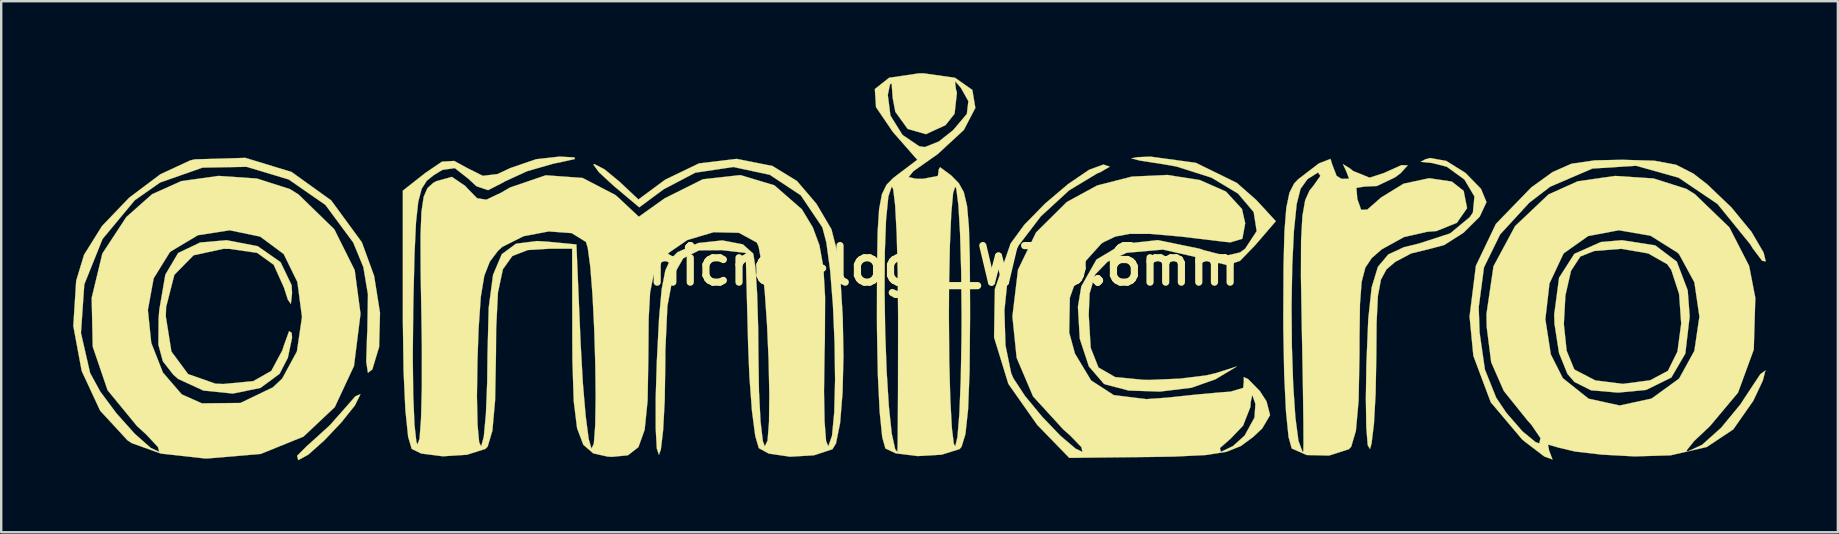
<source format=kicad_pcb>
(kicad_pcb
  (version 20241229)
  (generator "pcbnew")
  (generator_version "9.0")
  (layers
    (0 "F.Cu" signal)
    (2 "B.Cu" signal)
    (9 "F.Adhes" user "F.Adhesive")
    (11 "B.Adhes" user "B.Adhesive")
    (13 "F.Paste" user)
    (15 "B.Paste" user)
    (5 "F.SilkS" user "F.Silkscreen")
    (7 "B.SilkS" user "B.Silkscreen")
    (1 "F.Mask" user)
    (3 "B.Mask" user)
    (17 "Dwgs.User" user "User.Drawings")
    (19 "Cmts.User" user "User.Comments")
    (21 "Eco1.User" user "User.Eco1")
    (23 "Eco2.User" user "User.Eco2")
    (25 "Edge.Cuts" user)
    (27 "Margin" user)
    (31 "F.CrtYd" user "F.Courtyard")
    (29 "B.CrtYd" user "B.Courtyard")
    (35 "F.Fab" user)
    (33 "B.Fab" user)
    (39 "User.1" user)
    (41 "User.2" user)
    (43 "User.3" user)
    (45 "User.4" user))
  (footprint "omicro-logo_W70.6mm"
    (layer "F.Cu")
    (at 35.256 8.018)
    (property "Reference" "omicro-logo_W70.6mm" (at 0 0 0) (layer "F.SilkS") (effects (font (size 1.524 1.524) (thickness 0.3))))
    (attr through_hole)
    (fp_poly (pts (xy 32.002 7.753) (xy 32 7.746) (xy 32.035 7.738) (xy 32.002 7.753)) (stroke (width 0.01) (type solid)) (fill yes) (layer "F.SilkS"))
    (fp_poly (pts (xy 33.42 6.751) (xy 34.217 5.783) (xy 34.538 5.292) (xy 35.047 4.525) (xy 35.259 4.37) (xy 35.152 4.788) (xy 34.754 5.634) (xy 33.921 6.823) (xy 32.817 7.558) (xy 32.035 7.738) (xy 32.622 7.467) (xy 33.42 6.751)) (stroke (width 0.01) (type solid)) (fill yes) (layer "F.SilkS"))
    (fp_poly (pts (xy -23.291 5.368) (xy -23.517 5.826) (xy -24.082 6.533) (xy -24.794 7.285) (xy -25.459 7.877) (xy -25.878 8.106) (xy -25.925 7.924) (xy -25.494 7.493) (xy -25.439 7.45) (xy -24.558 6.649) (xy -23.947 5.958) (xy -23.497 5.446) (xy -23.292 5.357) (xy -23.291 5.368)) (stroke (width 0.01) (type solid)) (fill yes) (layer "F.SilkS"))
    (fp_poly (pts (xy 21.964 -4.36) (xy 22.761 -3.862) (xy 23.407 -3.2) (xy 23.636 -2.646) (xy 23.354 -2.039) (xy 22.682 -1.372) (xy 21.876 -0.859) (xy 21.311 -0.706) (xy 20.496 -0.507) (xy 19.834 -0.156) (xy 19.469 0.157) (xy 19.239 0.582) (xy 19.111 1.272) (xy 19.057 2.379) (xy 19.045 3.812) (xy 19.017 5.327) (xy 18.947 6.589) (xy 18.846 7.424) (xy 18.78 7.641) (xy 18.687 7.481) (xy 18.628 6.738) (xy 18.61 5.534) (xy 18.632 4.113) (xy 18.71 2.218) (xy 18.852 0.906) (xy 19.111 0.052) (xy 19.542 -0.464) (xy 20.197 -0.768) (xy 20.814 -0.918) (xy 22.121 -1.342) (xy 22.939 -2.02) (xy 23.069 -2.208) (xy 23.135 -2.88) (xy 22.716 -3.588) (xy 21.983 -4.12) (xy 21.377 -4.274) (xy 20.894 -4.326) (xy 21.091 -4.43) (xy 21.286 -4.483) (xy 21.964 -4.36)) (stroke (width 0.01) (type solid)) (fill yes) (layer "F.SilkS"))
    (fp_poly (pts (xy 30.669 -0.843) (xy 31.567 -0.164) (xy 32.022 1.032) (xy 32.103 2.117) (xy 31.922 3.665) (xy 31.339 4.664) (xy 30.288 5.18) (xy 29.124 5.292) (xy 27.996 5.196) (xy 27.301 4.848) (xy 27.008 4.508) (xy 26.659 3.642) (xy 26.472 2.438) (xy 26.86 2.438) (xy 26.976 3.544) (xy 27.284 4.299) (xy 27.327 4.346) (xy 28.17 4.783) (xy 29.321 4.928) (xy 30.454 4.779) (xy 31.196 4.385) (xy 31.594 3.582) (xy 31.75 2.416) (xy 31.663 1.183) (xy 31.337 0.181) (xy 31.166 -0.06) (xy 30.377 -0.507) (xy 29.253 -0.7) (xy 28.128 -0.61) (xy 27.548 -0.38) (xy 27.159 0.216) (xy 26.925 1.242) (xy 26.86 2.438) (xy 26.472 2.438) (xy 26.471 2.434) (xy 26.458 2.038) (xy 26.662 0.502) (xy 27.298 -0.491) (xy 28.405 -0.984) (xy 29.281 -1.058) (xy 30.669 -0.843)) (stroke (width 0.01) (type solid)) (fill yes) (layer "F.SilkS"))
    (fp_poly (pts (xy -27.567 -0.809) (xy -26.614 -0.143) (xy -26.154 0.815) (xy -26.136 1.147) (xy -26.185 1.594) (xy -26.31 1.422) (xy -26.474 0.912) (xy -26.902 -0.036) (xy -27.59 -0.531) (xy -28.73 -0.696) (xy -28.996 -0.7) (xy -30.241 -0.43) (xy -31.041 0.384) (xy -31.384 1.726) (xy -31.397 2.117) (xy -31.163 3.581) (xy -30.469 4.52) (xy -29.328 4.92) (xy -28.996 4.933) (xy -27.755 4.815) (xy -27.001 4.388) (xy -26.54 3.53) (xy -26.474 3.321) (xy -26.258 2.728) (xy -26.152 2.804) (xy -26.136 3.008) (xy -26.311 3.84) (xy -26.655 4.508) (xy -27.453 5.097) (xy -28.599 5.331) (xy -29.829 5.207) (xy -30.88 4.724) (xy -31.085 4.546) (xy -31.521 3.983) (xy -31.707 3.29) (xy -31.697 2.215) (xy -31.669 1.847) (xy -31.416 0.375) (xy -30.883 -0.525) (xy -29.963 -0.964) (xy -28.86 -1.058) (xy -27.567 -0.809)) (stroke (width 0.01) (type solid)) (fill yes) (layer "F.SilkS"))
    (fp_poly (pts (xy 11.523 -4.284) (xy 13.233 -3.446) (xy 14.043 -2.735) (xy 14.858 -1.851) (xy 13.99 -0.842) (xy 13.365 -0.197) (xy 12.832 -0.02) (xy 12.057 -0.219) (xy 11.916 -0.269) (xy 10.154 -0.668) (xy 8.639 -0.534) (xy 7.84 -0.156) (xy 7.327 0.372) (xy 7.098 1.163) (xy 7.061 2.048) (xy 7.144 3.426) (xy 7.468 4.246) (xy 8.162 4.644) (xy 9.356 4.761) (xy 9.6 4.763) (xy 10.857 4.71) (xy 11.954 4.575) (xy 12.347 4.483) (xy 13.229 4.204) (xy 12.347 4.735) (xy 11.347 5.088) (xy 10.033 5.249) (xy 8.725 5.206) (xy 7.74 4.947) (xy 7.687 4.918) (xy 7.067 4.199) (xy 6.689 3.05) (xy 6.611 1.721) (xy 6.752 0.865) (xy 7.384 -0.252) (xy 8.477 -0.904) (xy 9.943 -1.062) (xy 11.69 -0.702) (xy 11.858 -0.643) (xy 12.763 -0.409) (xy 13.366 -0.549) (xy 13.576 -0.7) (xy 14.06 -1.436) (xy 13.935 -2.231) (xy 13.283 -3.001) (xy 12.184 -3.662) (xy 10.72 -4.128) (xy 10.191 -4.222) (xy 9.185 -4.378) (xy 8.837 -4.469) (xy 9.105 -4.519) (xy 9.625 -4.542) (xy 11.523 -4.284)) (stroke (width 0.01) (type solid)) (fill yes) (layer "F.SilkS"))
    (fp_poly (pts (xy 17.207 -4.215) (xy 17.392 -3.738) (xy 17.6 -3.614) (xy 17.912 -3.621) (xy 17.797 -3.923) (xy 17.655 -4.228) (xy 17.942 -4.053) (xy 18.078 -3.944) (xy 18.768 -3.664) (xy 19.357 -3.856) (xy 20.097 -4.188) (xy 20.354 -4.177) (xy 20.058 -3.851) (xy 19.818 -3.673) (xy 19.068 -3.317) (xy 18.544 -3.294) (xy 18.216 -3.238) (xy 18.254 -2.777) (xy 18.413 -2.325) (xy 18.67 -2.336) (xy 19.228 -2.824) (xy 19.242 -2.837) (xy 20.181 -3.413) (xy 21.249 -3.642) (xy 22.192 -3.502) (xy 22.685 -3.116) (xy 22.828 -2.393) (xy 22.403 -1.783) (xy 21.549 -1.439) (xy 21.171 -1.411) (xy 20.203 -1.192) (xy 19.274 -0.68) (xy 18.857 -0.317) (xy 18.588 0.083) (xy 18.434 0.674) (xy 18.364 1.608) (xy 18.345 3.04) (xy 18.344 3.709) (xy 18.308 5.622) (xy 18.195 6.883) (xy 18 7.545) (xy 17.903 7.65) (xy 17.077 7.915) (xy 16.143 7.893) (xy 15.521 7.619) (xy 15.389 7.145) (xy 15.282 6.083) (xy 15.207 4.553) (xy 15.171 2.673) (xy 15.169 2.101) (xy 15.172 1.668) (xy 15.514 1.668) (xy 15.528 3.369) (xy 15.582 4.973) (xy 15.674 6.335) (xy 15.803 7.309) (xy 15.968 7.75) (xy 16.001 7.762) (xy 16.011 7.43) (xy 16.007 6.515) (xy 15.988 5.139) (xy 15.957 3.426) (xy 15.939 2.52) (xy 15.904 0.438) (xy 15.91 -1.053) (xy 15.966 -2.069) (xy 16.081 -2.724) (xy 16.264 -3.133) (xy 16.405 -3.302) (xy 16.715 -3.738) (xy 16.618 -3.881) (xy 16.178 -3.605) (xy 15.887 -3.198) (xy 15.727 -2.563) (xy 15.612 -1.444) (xy 15.542 0.015) (xy 15.514 1.668) (xy 15.172 1.668) (xy 15.179 0.046) (xy 15.217 -1.418) (xy 15.295 -2.408) (xy 15.426 -3.038) (xy 15.623 -3.425) (xy 15.787 -3.596) (xy 16.655 -4.261) (xy 17.137 -4.447) (xy 17.207 -4.215)) (stroke (width 0.01) (type solid)) (fill yes) (layer "F.SilkS"))
    (fp_poly (pts (xy -26.156 -3.902) (xy -24.505 -2.717) (xy -23.24 -0.99) (xy -23.219 -0.95) (xy -22.715 0.432) (xy -22.471 1.969) (xy -22.508 3.389) (xy -22.792 4.327) (xy -22.974 4.468) (xy -23.045 4.008) (xy -23.01 2.9) (xy -22.998 2.71) (xy -22.974 1.202) (xy -23.164 0.063) (xy -23.588 -0.964) (xy -24.745 -2.528) (xy -26.274 -3.589) (xy -28.03 -4.116) (xy -29.867 -4.083) (xy -31.638 -3.461) (xy -32.692 -2.722) (xy -34.033 -1.11) (xy -34.793 0.782) (xy -34.933 2.805) (xy -34.551 4.475) (xy -34.126 5.252) (xy -33.451 6.158) (xy -32.695 7.004) (xy -32.024 7.597) (xy -31.669 7.761) (xy -31.727 7.558) (xy -32.208 7.042) (xy -32.598 6.685) (xy -33.823 5.193) (xy -34.442 3.378) (xy -34.475 1.848) (xy -32.144 1.848) (xy -32.003 3.219) (xy -31.518 4.455) (xy -30.731 5.367) (xy -29.891 5.74) (xy -28.287 5.723) (xy -26.937 5.074) (xy -26.547 4.708) (xy -25.934 3.576) (xy -25.722 2.141) (xy -25.915 0.682) (xy -26.484 -0.482) (xy -27.465 -1.209) (xy -28.738 -1.472) (xy -30.061 -1.266) (xy -31.194 -0.588) (xy -31.237 -0.545) (xy -31.903 0.53) (xy -32.144 1.848) (xy -34.475 1.848) (xy -34.486 1.344) (xy -34.041 -0.502) (xy -33.042 -2.024) (xy -31.967 -2.977) (xy -30.754 -3.521) (xy -29.202 -3.738) (xy -27.599 -3.628) (xy -26.23 -3.191) (xy -25.867 -2.966) (xy -24.373 -1.511) (xy -23.525 0.19) (xy -23.283 2.007) (xy -23.555 4.182) (xy -24.355 5.896) (xy -25.659 7.125) (xy -27.441 7.847) (xy -29.677 8.038) (xy -29.779 8.035) (xy -31.591 7.835) (xy -32.805 7.403) (xy -32.991 7.282) (xy -34.132 6.047) (xy -34.902 4.391) (xy -35.251 2.517) (xy -35.132 0.631) (xy -34.803 -0.452) (xy -34.056 -1.649) (xy -32.921 -2.832) (xy -31.622 -3.807) (xy -30.381 -4.383) (xy -30.184 -4.429) (xy -28.084 -4.49) (xy -26.156 -3.902)) (stroke (width 0.01) (type solid)) (fill yes) (layer "F.SilkS"))
    (fp_poly (pts (xy 7.94 -4.123) (xy 7.537 -3.891) (xy 7.408 -3.838) (xy 6.245 -3.137) (xy 5.065 -2.052) (xy 4.142 -0.843) (xy 4.025 -0.635) (xy 3.695 0.445) (xy 3.549 1.866) (xy 3.592 3.317) (xy 3.831 4.485) (xy 3.923 4.697) (xy 4.41 5.437) (xy 5.12 6.296) (xy 5.881 7.089) (xy 6.518 7.63) (xy 6.799 7.761) (xy 6.765 7.602) (xy 12.529 7.602) (xy 12.567 7.761) (xy 13.068 7.523) (xy 13.558 7.082) (xy 13.969 6.332) (xy 14.007 5.759) (xy 13.876 5.387) (xy 13.812 5.681) (xy 13.799 5.889) (xy 13.493 6.669) (xy 12.974 7.212) (xy 12.529 7.602) (xy 6.765 7.602) (xy 6.757 7.566) (xy 6.284 7.076) (xy 6.012 6.837) (xy 4.74 5.448) (xy 4.058 3.843) (xy 3.881 2.117) (xy 4.115 0.17) (xy 4.867 -1.383) (xy 6.148 -2.651) (xy 7.411 -3.339) (xy 8.856 -3.709) (xy 10.334 -3.778) (xy 11.692 -3.565) (xy 12.78 -3.086) (xy 13.447 -2.36) (xy 13.582 -1.764) (xy 13.464 -1.119) (xy 12.967 -0.969) (xy 12.7 -0.994) (xy 10.883 -1.212) (xy 9.62 -1.322) (xy 8.764 -1.323) (xy 8.171 -1.211) (xy 7.696 -0.985) (xy 7.59 -0.918) (xy 6.743 0.021) (xy 6.275 1.339) (xy 6.247 2.787) (xy 6.486 3.663) (xy 7.16 4.784) (xy 8.105 5.396) (xy 9.459 5.564) (xy 10.355 5.499) (xy 11.572 5.37) (xy 12.61 5.277) (xy 12.962 5.254) (xy 13.498 5.094) (xy 13.525 4.847) (xy 13.522 4.646) (xy 13.702 4.728) (xy 14.194 5.229) (xy 14.471 5.658) (xy 14.618 6.229) (xy 14.292 6.784) (xy 13.916 7.138) (xy 13.399 7.519) (xy 12.793 7.76) (xy 11.927 7.895) (xy 10.627 7.958) (xy 9.623 7.974) (xy 6.25 8.011) (xy 4.914 6.635) (xy 3.712 4.927) (xy 3.117 2.991) (xy 3.15 0.976) (xy 3.807 -0.921) (xy 4.377 -1.701) (xy 5.238 -2.58) (xy 6.202 -3.398) (xy 7.08 -3.995) (xy 7.674 -4.211) (xy 7.94 -4.123)) (stroke (width 0.01) (type solid)) (fill yes) (layer "F.SilkS"))
    (fp_poly (pts (xy 30.63 -4.371) (xy 31.534 -4.203) (xy 32.262 -3.832) (xy 32.829 -3.393) (xy 33.845 -2.422) (xy 34.678 -1.408) (xy 35.185 -0.54) (xy 35.274 -0.176) (xy 35.121 -0.202) (xy 34.739 -0.709) (xy 34.621 -0.897) (xy 33.263 -2.568) (xy 31.643 -3.663) (xy 29.869 -4.161) (xy 28.05 -4.044) (xy 26.292 -3.289) (xy 25.42 -2.622) (xy 24.207 -1.303) (xy 23.533 0.072) (xy 23.313 1.731) (xy 23.349 2.787) (xy 23.571 4.332) (xy 24.042 5.507) (xy 24.468 6.139) (xy 25.134 6.905) (xy 25.685 7.357) (xy 25.837 7.408) (xy 25.886 7.19) (xy 25.516 6.644) (xy 25.333 6.438) (xy 24.356 5.22) (xy 23.832 4.027) (xy 23.645 2.551) (xy 23.64 2.235) (xy 26.089 2.235) (xy 26.318 3.703) (xy 26.818 4.691) (xy 27.89 5.545) (xy 29.187 5.829) (xy 30.516 5.54) (xy 31.662 4.708) (xy 32.298 3.553) (xy 32.509 2.125) (xy 32.299 0.696) (xy 31.671 -0.459) (xy 31.59 -0.545) (xy 30.472 -1.245) (xy 29.152 -1.473) (xy 27.871 -1.231) (xy 26.872 -0.525) (xy 26.837 -0.482) (xy 26.262 0.74) (xy 26.089 2.235) (xy 23.64 2.235) (xy 23.636 2.016) (xy 23.928 0.027) (xy 24.829 -1.647) (xy 26.22 -2.966) (xy 27.442 -3.515) (xy 28.997 -3.737) (xy 30.599 -3.632) (xy 31.96 -3.2) (xy 32.32 -2.977) (xy 33.758 -1.592) (xy 34.581 0.012) (xy 34.839 1.344) (xy 34.774 3.5) (xy 34.118 5.293) (xy 32.951 6.685) (xy 32.289 7.311) (xy 31.98 7.695) (xy 32 7.746) (xy 31.305 7.906) (xy 29.81 7.95) (xy 28.464 7.878) (xy 27.33 7.748) (xy 26.665 7.59) (xy 26.199 7.457) (xy 26.245 7.701) (xy 26.387 8.077) (xy 26.048 7.955) (xy 25.244 7.343) (xy 25.116 7.236) (xy 23.814 5.694) (xy 23.089 3.758) (xy 22.931 2.117) (xy 23.195 0.007) (xy 24.03 -1.74) (xy 25.494 -3.249) (xy 25.516 -3.267) (xy 26.393 -3.9) (xy 27.177 -4.245) (xy 28.15 -4.386) (xy 29.287 -4.41) (xy 30.63 -4.371)) (stroke (width 0.01) (type solid)) (fill yes) (layer "F.SilkS"))
    (fp_poly (pts (xy 1.489 -7.827) (xy 2.212 -7.321) (xy 2.337 -6.571) (xy 1.859 -5.654) (xy 0.769 -4.648) (xy 0.503 -4.461) (xy -0.243 -3.935) (xy -0.444 -3.69) (xy -0.145 -3.62) (xy 0.153 -3.616) (xy 0.775 -3.737) (xy 0.815 -4.013) (xy 0.868 -4.1) (xy 1.31 -3.773) (xy 1.35 -3.738) (xy 1.648 -3.435) (xy 1.857 -3.058) (xy 1.992 -2.484) (xy 2.07 -1.594) (xy 2.107 -0.267) (xy 2.116 1.617) (xy 2.117 2.151) (xy 2.097 4.387) (xy 2.035 5.987) (xy 1.924 7.02) (xy 1.76 7.555) (xy 1.676 7.647) (xy 0.931 7.879) (xy -0.067 7.937) (xy -0.98 7.823) (xy -1.412 7.619) (xy -1.544 7.145) (xy -1.651 6.082) (xy -1.726 4.548) (xy -1.762 2.661) (xy -1.764 2.063) (xy -1.762 1.033) (xy -1.446 1.033) (xy -1.42 2.735) (xy -1.359 4.394) (xy -1.267 5.864) (xy -1.147 7) (xy -1.002 7.657) (xy -0.911 7.761) (xy -0.901 7.428) (xy -0.893 6.508) (xy -0.886 5.119) (xy -0.883 3.38) (xy -0.882 2.15) (xy -0.882 2.117) (xy 1.235 2.117) (xy 1.25 3.995) (xy 1.294 5.583) (xy 1.359 6.766) (xy 1.441 7.43) (xy 1.499 7.53) (xy 1.592 7.138) (xy 1.671 6.168) (xy 1.729 4.748) (xy 1.76 3.005) (xy 1.764 2.117) (xy 1.747 0.267) (xy 1.701 -1.32) (xy 1.631 -2.516) (xy 1.544 -3.194) (xy 1.499 -3.297) (xy 1.41 -3.021) (xy 1.333 -2.155) (xy 1.275 -0.81) (xy 1.241 0.897) (xy 1.235 2.117) (xy -0.882 2.117) (xy -0.898 0.266) (xy -0.941 -1.328) (xy -1.006 -2.519) (xy -1.087 -3.191) (xy -1.147 -3.297) (xy -1.288 -2.877) (xy -1.383 -1.918) (xy -1.435 -0.566) (xy -1.446 1.033) (xy -1.762 1.033) (xy -1.759 0.044) (xy -1.735 -1.389) (xy -1.673 -2.355) (xy -1.556 -2.974) (xy -1.367 -3.364) (xy -1.089 -3.647) (xy -0.923 -3.776) (xy -0.082 -4.41) (xy -1.103 -5.573) (xy -1.802 -6.603) (xy -1.835 -7.115) (xy -1.311 -7.115) (xy -1.201 -6.251) (xy -0.699 -5.445) (xy -0.001 -4.973) (xy 0.231 -4.939) (xy 0.814 -5.171) (xy 1.411 -5.644) (xy 1.983 -6.321) (xy 2.046 -6.853) (xy 1.735 -7.408) (xy 1.489 -7.69) (xy 1.526 -7.364) (xy 1.569 -7.203) (xy 1.472 -6.329) (xy 1.093 -5.852) (xy 0.277 -5.477) (xy -0.483 -5.696) (xy -0.998 -6.41) (xy -1.106 -6.98) (xy -1.152 -7.6) (xy -1.222 -7.545) (xy -1.311 -7.115) (xy -1.835 -7.115) (xy -1.851 -7.357) (xy -1.256 -7.828) (xy -0.018 -8.011) (xy 0.176 -8.013) (xy 1.489 -7.827)) (stroke (width 0.01) (type solid)) (fill yes) (layer "F.SilkS"))
    (fp_poly (pts (xy -14.365 -4.508) (xy -14.353 -4.441) (xy -14.992 -4.299) (xy -15.233 -4.252) (xy -16.339 -3.935) (xy -17.271 -3.507) (xy -17.324 -3.473) (xy -17.965 -3.144) (xy -18.452 -3.308) (xy -18.785 -3.616) (xy -19.353 -4.062) (xy -19.869 -3.99) (xy -20.222 -3.776) (xy -20.521 -3.537) (xy -20.734 -3.204) (xy -20.878 -2.66) (xy -20.972 -1.788) (xy -21.033 -0.472) (xy -21.078 1.404) (xy -21.088 1.955) (xy -21.105 3.811) (xy -21.086 5.415) (xy -21.034 6.635) (xy -20.955 7.339) (xy -20.912 7.452) (xy -20.824 7.218) (xy -20.762 6.39) (xy -20.738 5.447) (xy -18.432 5.447) (xy -18.406 6.637) (xy -18.338 7.368) (xy -18.256 7.531) (xy -18.146 7.131) (xy -18.058 6.182) (xy -18.004 4.84) (xy -17.992 3.738) (xy -17.942 1.757) (xy -17.76 0.383) (xy -17.396 -0.476) (xy -16.801 -0.914) (xy -15.924 -1.024) (xy -15.467 -0.995) (xy -14.287 -0.882) (xy -14.111 3.235) (xy -14.019 4.878) (xy -13.902 6.259) (xy -13.774 7.228) (xy -13.659 7.627) (xy -13.561 7.421) (xy -13.504 6.666) (xy -13.485 5.516) (xy -13.5 4.125) (xy -13.545 2.65) (xy -13.615 1.243) (xy -13.707 0.06) (xy -13.815 -0.744) (xy -13.89 -0.987) (xy -14.484 -1.354) (xy -15.439 -1.424) (xy -16.491 -1.225) (xy -17.373 -0.782) (xy -17.554 -0.617) (xy -17.896 -0.165) (xy -18.125 0.423) (xy -18.271 1.299) (xy -18.362 2.618) (xy -18.409 3.936) (xy -18.432 5.447) (xy -20.738 5.447) (xy -20.728 5.082) (xy -20.727 3.405) (xy -20.743 2.298) (xy -20.778 0.227) (xy -20.782 -1.25) (xy -20.744 -2.244) (xy -20.652 -2.866) (xy -20.494 -3.229) (xy -20.259 -3.442) (xy -20.13 -3.516) (xy -19.475 -3.697) (xy -18.916 -3.317) (xy -18.833 -3.223) (xy -18.427 -2.809) (xy -18.042 -2.747) (xy -17.418 -3.042) (xy -17.049 -3.257) (xy -15.561 -3.764) (xy -14.028 -3.653) (xy -12.665 -2.945) (xy -12.496 -2.796) (xy -11.687 -2.036) (xy -10.609 -2.804) (xy -9.018 -3.598) (xy -7.454 -3.772) (xy -6.038 -3.347) (xy -4.893 -2.349) (xy -4.436 -1.593) (xy -4.161 -0.853) (xy -3.995 0.064) (xy -3.924 1.319) (xy -3.933 3.07) (xy -3.948 3.681) (xy -3.969 5.249) (xy -3.946 6.5) (xy -3.883 7.303) (xy -3.792 7.531) (xy -3.636 7.09) (xy -3.543 6.113) (xy -3.508 4.767) (xy -3.529 3.219) (xy -3.599 1.636) (xy -3.715 0.184) (xy -3.873 -0.969) (xy -4.036 -1.591) (xy -4.938 -2.931) (xy -6.226 -3.783) (xy -7.744 -4.109) (xy -9.334 -3.872) (xy -10.651 -3.181) (xy -11.668 -2.429) (xy -12.74 -3.331) (xy -13.347 -3.891) (xy -13.577 -4.207) (xy -13.544 -4.233) (xy -13.12 -4.015) (xy -12.488 -3.495) (xy -11.702 -2.756) (xy -10.584 -3.583) (xy -9.178 -4.259) (xy -7.61 -4.448) (xy -6.119 -4.152) (xy -5.098 -3.528) (xy -4.285 -2.577) (xy -3.663 -1.521) (xy -3.659 -1.511) (xy -3.438 -0.653) (xy -3.281 0.625) (xy -3.188 2.154) (xy -3.159 3.766) (xy -3.196 5.292) (xy -3.299 6.562) (xy -3.47 7.408) (xy -3.616 7.65) (xy -4.387 7.904) (xy -5.382 7.963) (xy -6.274 7.833) (xy -6.686 7.605) (xy -6.835 7.099) (xy -6.972 6.052) (xy -7.078 4.627) (xy -7.131 3.33) (xy -7.232 -0.529) (xy -8.233 -0.644) (xy -9.175 -0.636) (xy -9.836 -0.304) (xy -10.262 0.441) (xy -10.495 1.687) (xy -10.58 3.522) (xy -10.583 4.091) (xy -10.607 5.617) (xy -10.673 6.86) (xy -10.768 7.665) (xy -10.848 7.884) (xy -10.937 7.622) (xy -10.983 6.788) (xy -10.983 5.512) (xy -10.936 3.995) (xy -10.843 2.2) (xy -10.733 0.978) (xy -10.58 0.196) (xy -10.359 -0.279) (xy -10.075 -0.559) (xy -9.205 -0.942) (xy -8.207 -1.05) (xy -7.351 -0.886) (xy -6.917 -0.5) (xy -6.827 0.073) (xy -6.756 1.174) (xy -6.712 2.624) (xy -6.703 3.712) (xy -6.679 5.244) (xy -6.614 6.493) (xy -6.519 7.305) (xy -6.438 7.531) (xy -6.323 7.296) (xy -6.261 6.516) (xy -6.249 5.348) (xy -6.278 3.95) (xy -6.343 2.479) (xy -6.438 1.095) (xy -6.557 -0.047) (xy -6.693 -0.788) (xy -6.769 -0.961) (xy -7.514 -1.367) (xy -8.567 -1.392) (xy -9.663 -1.067) (xy -10.423 -0.545) (xy -10.822 -0.094) (xy -11.075 0.406) (xy -11.216 1.118) (xy -11.276 2.207) (xy -11.289 3.821) (xy -11.32 5.63) (xy -11.443 6.841) (xy -11.703 7.564) (xy -12.142 7.904) (xy -12.807 7.969) (xy -12.993 7.957) (xy -13.588 7.823) (xy -13.999 7.465) (xy -14.259 6.775) (xy -14.399 5.644) (xy -14.453 3.961) (xy -14.458 3.087) (xy -14.464 -0.706) (xy -15.369 -0.706) (xy -16.315 -0.648) (xy -16.956 -0.4) (xy -17.35 0.152) (xy -17.556 1.12) (xy -17.631 2.619) (xy -17.639 3.696) (xy -17.675 5.615) (xy -17.788 6.879) (xy -17.983 7.538) (xy -18.077 7.637) (xy -18.847 7.882) (xy -19.852 7.946) (xy -20.754 7.831) (xy -21.15 7.637) (xy -21.299 7.135) (xy -21.414 6.016) (xy -21.49 4.369) (xy -21.519 2.283) (xy -21.519 2.072) (xy -21.519 -3.124) (xy -20.583 -3.86) (xy -19.888 -4.332) (xy -19.378 -4.362) (xy -18.844 -4.07) (xy -18.186 -3.741) (xy -17.573 -3.815) (xy -17.046 -4.063) (xy -15.962 -4.434) (xy -14.993 -4.543) (xy -14.365 -4.508)) (stroke (width 0.01) (type solid)) (fill yes) (layer "F.SilkS")))
  (gr_rect
    (start -3 -3)
    (end 73.535 19.129)
    (stroke (width 0.1) (type default))
    (fill no)
    (layer "Edge.Cuts")))
</source>
